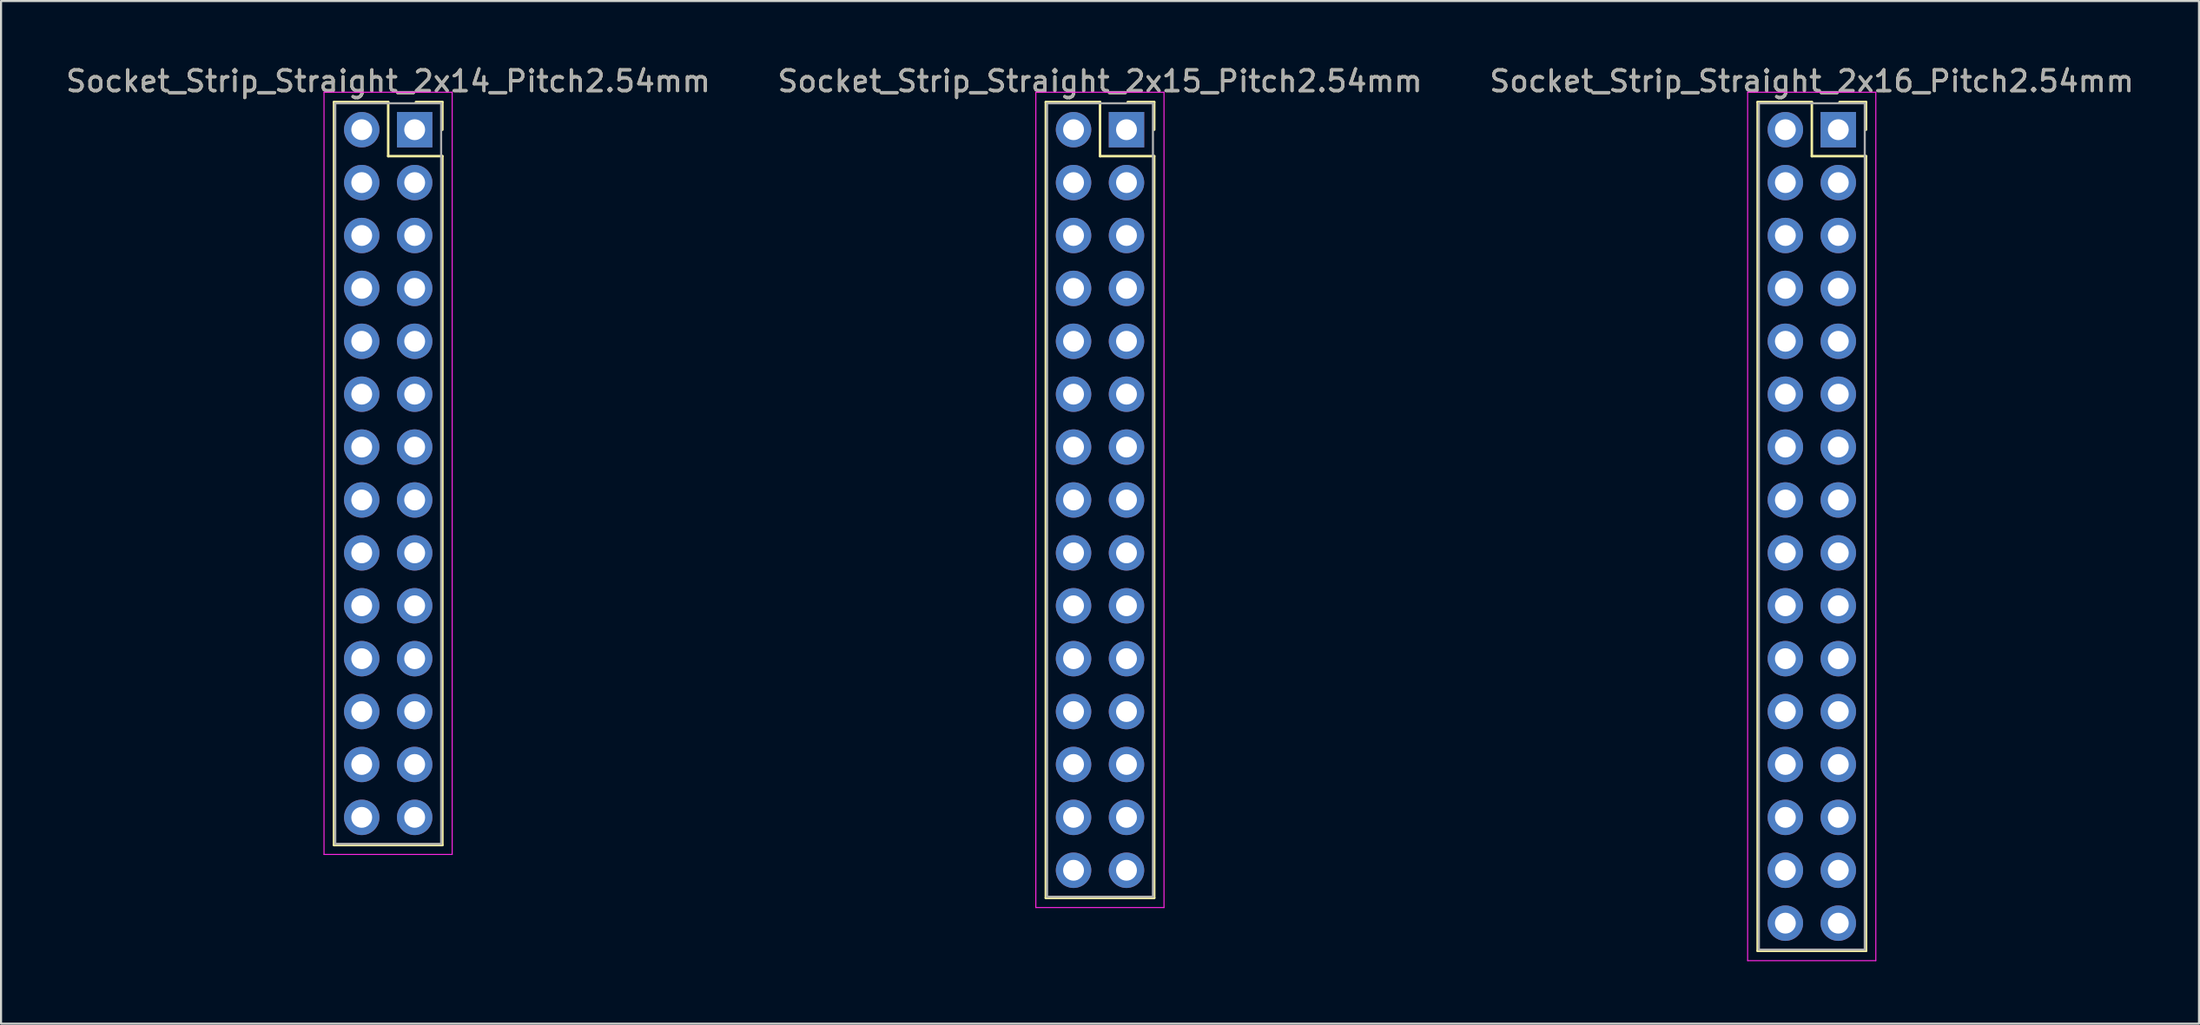
<source format=kicad_pcb>
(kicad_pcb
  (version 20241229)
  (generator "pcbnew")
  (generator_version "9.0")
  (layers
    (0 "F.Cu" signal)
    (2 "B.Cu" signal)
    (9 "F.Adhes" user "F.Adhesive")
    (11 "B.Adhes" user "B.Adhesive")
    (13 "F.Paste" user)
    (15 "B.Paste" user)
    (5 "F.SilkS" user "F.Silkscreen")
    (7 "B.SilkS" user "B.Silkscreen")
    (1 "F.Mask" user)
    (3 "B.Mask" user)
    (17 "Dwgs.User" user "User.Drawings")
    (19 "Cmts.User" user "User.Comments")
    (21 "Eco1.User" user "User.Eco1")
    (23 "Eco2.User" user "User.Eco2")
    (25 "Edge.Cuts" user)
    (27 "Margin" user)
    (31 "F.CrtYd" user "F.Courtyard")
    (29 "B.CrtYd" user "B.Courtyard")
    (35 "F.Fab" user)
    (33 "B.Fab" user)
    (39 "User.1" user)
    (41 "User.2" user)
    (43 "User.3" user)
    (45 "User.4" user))
  (footprint "Socket_Strip_Straight_2x14_Pitch2.54mm"
    (layer "F.Cu")
    (at 16.847 3.178)
    (property "Reference" "Socket_Strip_Straight_2x14_Pitch2.54mm" (at -1.27 -2.33 0) (layer "F.SilkS") (effects (font (size 1 1) (thickness 0.15))))
    (attr through_hole)
    (fp_line (start -3.87 -1.33) (end -1.27 -1.33) (stroke (width 0.12) (type solid)) (layer "F.SilkS"))
    (fp_line (start -3.87 34.35) (end -3.87 -1.33) (stroke (width 0.12) (type solid)) (layer "F.SilkS"))
    (fp_line (start -1.27 -1.33) (end -1.27 1.27) (stroke (width 0.12) (type solid)) (layer "F.SilkS"))
    (fp_line (start -1.27 1.27) (end 1.33 1.27) (stroke (width 0.12) (type solid)) (layer "F.SilkS"))
    (fp_line (start 1.33 -1.33) (end 0.06 -1.33) (stroke (width 0.12) (type solid)) (layer "F.SilkS"))
    (fp_line (start 1.33 0) (end 1.33 -1.33) (stroke (width 0.12) (type solid)) (layer "F.SilkS"))
    (fp_line (start 1.33 1.27) (end 1.33 34.35) (stroke (width 0.12) (type solid)) (layer "F.SilkS"))
    (fp_line (start 1.33 34.35) (end -3.87 34.35) (stroke (width 0.12) (type solid)) (layer "F.SilkS"))
    (fp_line (start -4.35 -1.8) (end -4.35 34.8) (stroke (width 0.05) (type solid)) (layer "F.CrtYd"))
    (fp_line (start -4.35 34.8) (end 1.8 34.8) (stroke (width 0.05) (type solid)) (layer "F.CrtYd"))
    (fp_line (start 1.8 -1.8) (end -4.35 -1.8) (stroke (width 0.05) (type solid)) (layer "F.CrtYd"))
    (fp_line (start 1.8 34.8) (end 1.8 -1.8) (stroke (width 0.05) (type solid)) (layer "F.CrtYd"))
    (fp_line (start -3.81 -1.27) (end -3.81 34.29) (stroke (width 0.1) (type solid)) (layer "F.Fab"))
    (fp_line (start -3.81 34.29) (end 1.27 34.29) (stroke (width 0.1) (type solid)) (layer "F.Fab"))
    (fp_line (start 1.27 -1.27) (end -3.81 -1.27) (stroke (width 0.1) (type solid)) (layer "F.Fab"))
    (fp_line (start 1.27 34.29) (end 1.27 -1.27) (stroke (width 0.1) (type solid)) (layer "F.Fab"))
    (fp_text user "${REFERENCE}" (at -1.27 -2.33 0) (layer "F.Fab") (effects (font (size 1 1) (thickness 0.15))))
    (pad "1" thru_hole rect (at 0 0) (size 1.7 1.7) (drill 1) (layers "*.Cu" "*.Mask"))
    (pad "2" thru_hole oval (at -2.54 0) (size 1.7 1.7) (drill 1) (layers "*.Cu" "*.Mask"))
    (pad "3" thru_hole oval (at 0 2.54) (size 1.7 1.7) (drill 1) (layers "*.Cu" "*.Mask"))
    (pad "4" thru_hole oval (at -2.54 2.54) (size 1.7 1.7) (drill 1) (layers "*.Cu" "*.Mask"))
    (pad "5" thru_hole oval (at 0 5.08) (size 1.7 1.7) (drill 1) (layers "*.Cu" "*.Mask"))
    (pad "6" thru_hole oval (at -2.54 5.08) (size 1.7 1.7) (drill 1) (layers "*.Cu" "*.Mask"))
    (pad "7" thru_hole oval (at 0 7.62) (size 1.7 1.7) (drill 1) (layers "*.Cu" "*.Mask"))
    (pad "8" thru_hole oval (at -2.54 7.62) (size 1.7 1.7) (drill 1) (layers "*.Cu" "*.Mask"))
    (pad "9" thru_hole oval (at 0 10.16) (size 1.7 1.7) (drill 1) (layers "*.Cu" "*.Mask"))
    (pad "10" thru_hole oval (at -2.54 10.16) (size 1.7 1.7) (drill 1) (layers "*.Cu" "*.Mask"))
    (pad "11" thru_hole oval (at 0 12.7) (size 1.7 1.7) (drill 1) (layers "*.Cu" "*.Mask"))
    (pad "12" thru_hole oval (at -2.54 12.7) (size 1.7 1.7) (drill 1) (layers "*.Cu" "*.Mask"))
    (pad "13" thru_hole oval (at 0 15.24) (size 1.7 1.7) (drill 1) (layers "*.Cu" "*.Mask"))
    (pad "14" thru_hole oval (at -2.54 15.24) (size 1.7 1.7) (drill 1) (layers "*.Cu" "*.Mask"))
    (pad "15" thru_hole oval (at 0 17.78) (size 1.7 1.7) (drill 1) (layers "*.Cu" "*.Mask"))
    (pad "16" thru_hole oval (at -2.54 17.78) (size 1.7 1.7) (drill 1) (layers "*.Cu" "*.Mask"))
    (pad "17" thru_hole oval (at 0 20.32) (size 1.7 1.7) (drill 1) (layers "*.Cu" "*.Mask"))
    (pad "18" thru_hole oval (at -2.54 20.32) (size 1.7 1.7) (drill 1) (layers "*.Cu" "*.Mask"))
    (pad "19" thru_hole oval (at 0 22.86) (size 1.7 1.7) (drill 1) (layers "*.Cu" "*.Mask"))
    (pad "20" thru_hole oval (at -2.54 22.86) (size 1.7 1.7) (drill 1) (layers "*.Cu" "*.Mask"))
    (pad "21" thru_hole oval (at 0 25.4) (size 1.7 1.7) (drill 1) (layers "*.Cu" "*.Mask"))
    (pad "22" thru_hole oval (at -2.54 25.4) (size 1.7 1.7) (drill 1) (layers "*.Cu" "*.Mask"))
    (pad "23" thru_hole oval (at 0 27.94) (size 1.7 1.7) (drill 1) (layers "*.Cu" "*.Mask"))
    (pad "24" thru_hole oval (at -2.54 27.94) (size 1.7 1.7) (drill 1) (layers "*.Cu" "*.Mask"))
    (pad "25" thru_hole oval (at 0 30.48) (size 1.7 1.7) (drill 1) (layers "*.Cu" "*.Mask"))
    (pad "26" thru_hole oval (at -2.54 30.48) (size 1.7 1.7) (drill 1) (layers "*.Cu" "*.Mask"))
    (pad "27" thru_hole oval (at 0 33.02) (size 1.7 1.7) (drill 1) (layers "*.Cu" "*.Mask"))
    (pad "28" thru_hole oval (at -2.54 33.02) (size 1.7 1.7) (drill 1) (layers "*.Cu" "*.Mask")))
  (footprint "Socket_Strip_Straight_2x16_Pitch2.54mm"
    (layer "F.Cu")
    (at 85.157 3.178)
    (property "Reference" "Socket_Strip_Straight_2x16_Pitch2.54mm" (at -1.27 -2.33 0) (layer "F.SilkS") (effects (font (size 1 1) (thickness 0.15))))
    (attr through_hole)
    (fp_line (start -3.87 -1.33) (end -1.27 -1.33) (stroke (width 0.12) (type solid)) (layer "F.SilkS"))
    (fp_line (start -3.87 39.43) (end -3.87 -1.33) (stroke (width 0.12) (type solid)) (layer "F.SilkS"))
    (fp_line (start -1.27 -1.33) (end -1.27 1.27) (stroke (width 0.12) (type solid)) (layer "F.SilkS"))
    (fp_line (start -1.27 1.27) (end 1.33 1.27) (stroke (width 0.12) (type solid)) (layer "F.SilkS"))
    (fp_line (start 1.33 -1.33) (end 0.06 -1.33) (stroke (width 0.12) (type solid)) (layer "F.SilkS"))
    (fp_line (start 1.33 0) (end 1.33 -1.33) (stroke (width 0.12) (type solid)) (layer "F.SilkS"))
    (fp_line (start 1.33 1.27) (end 1.33 39.43) (stroke (width 0.12) (type solid)) (layer "F.SilkS"))
    (fp_line (start 1.33 39.43) (end -3.87 39.43) (stroke (width 0.12) (type solid)) (layer "F.SilkS"))
    (fp_line (start -4.35 -1.8) (end -4.35 39.9) (stroke (width 0.05) (type solid)) (layer "F.CrtYd"))
    (fp_line (start -4.35 39.9) (end 1.8 39.9) (stroke (width 0.05) (type solid)) (layer "F.CrtYd"))
    (fp_line (start 1.8 -1.8) (end -4.35 -1.8) (stroke (width 0.05) (type solid)) (layer "F.CrtYd"))
    (fp_line (start 1.8 39.9) (end 1.8 -1.8) (stroke (width 0.05) (type solid)) (layer "F.CrtYd"))
    (fp_line (start -3.81 -1.27) (end -3.81 39.37) (stroke (width 0.1) (type solid)) (layer "F.Fab"))
    (fp_line (start -3.81 39.37) (end 1.27 39.37) (stroke (width 0.1) (type solid)) (layer "F.Fab"))
    (fp_line (start 1.27 -1.27) (end -3.81 -1.27) (stroke (width 0.1) (type solid)) (layer "F.Fab"))
    (fp_line (start 1.27 39.37) (end 1.27 -1.27) (stroke (width 0.1) (type solid)) (layer "F.Fab"))
    (fp_text user "${REFERENCE}" (at -1.27 -2.33 0) (layer "F.Fab") (effects (font (size 1 1) (thickness 0.15))))
    (pad "1" thru_hole rect (at 0 0) (size 1.7 1.7) (drill 1) (layers "*.Cu" "*.Mask"))
    (pad "2" thru_hole oval (at -2.54 0) (size 1.7 1.7) (drill 1) (layers "*.Cu" "*.Mask"))
    (pad "3" thru_hole oval (at 0 2.54) (size 1.7 1.7) (drill 1) (layers "*.Cu" "*.Mask"))
    (pad "4" thru_hole oval (at -2.54 2.54) (size 1.7 1.7) (drill 1) (layers "*.Cu" "*.Mask"))
    (pad "5" thru_hole oval (at 0 5.08) (size 1.7 1.7) (drill 1) (layers "*.Cu" "*.Mask"))
    (pad "6" thru_hole oval (at -2.54 5.08) (size 1.7 1.7) (drill 1) (layers "*.Cu" "*.Mask"))
    (pad "7" thru_hole oval (at 0 7.62) (size 1.7 1.7) (drill 1) (layers "*.Cu" "*.Mask"))
    (pad "8" thru_hole oval (at -2.54 7.62) (size 1.7 1.7) (drill 1) (layers "*.Cu" "*.Mask"))
    (pad "9" thru_hole oval (at 0 10.16) (size 1.7 1.7) (drill 1) (layers "*.Cu" "*.Mask"))
    (pad "10" thru_hole oval (at -2.54 10.16) (size 1.7 1.7) (drill 1) (layers "*.Cu" "*.Mask"))
    (pad "11" thru_hole oval (at 0 12.7) (size 1.7 1.7) (drill 1) (layers "*.Cu" "*.Mask"))
    (pad "12" thru_hole oval (at -2.54 12.7) (size 1.7 1.7) (drill 1) (layers "*.Cu" "*.Mask"))
    (pad "13" thru_hole oval (at 0 15.24) (size 1.7 1.7) (drill 1) (layers "*.Cu" "*.Mask"))
    (pad "14" thru_hole oval (at -2.54 15.24) (size 1.7 1.7) (drill 1) (layers "*.Cu" "*.Mask"))
    (pad "15" thru_hole oval (at 0 17.78) (size 1.7 1.7) (drill 1) (layers "*.Cu" "*.Mask"))
    (pad "16" thru_hole oval (at -2.54 17.78) (size 1.7 1.7) (drill 1) (layers "*.Cu" "*.Mask"))
    (pad "17" thru_hole oval (at 0 20.32) (size 1.7 1.7) (drill 1) (layers "*.Cu" "*.Mask"))
    (pad "18" thru_hole oval (at -2.54 20.32) (size 1.7 1.7) (drill 1) (layers "*.Cu" "*.Mask"))
    (pad "19" thru_hole oval (at 0 22.86) (size 1.7 1.7) (drill 1) (layers "*.Cu" "*.Mask"))
    (pad "20" thru_hole oval (at -2.54 22.86) (size 1.7 1.7) (drill 1) (layers "*.Cu" "*.Mask"))
    (pad "21" thru_hole oval (at 0 25.4) (size 1.7 1.7) (drill 1) (layers "*.Cu" "*.Mask"))
    (pad "22" thru_hole oval (at -2.54 25.4) (size 1.7 1.7) (drill 1) (layers "*.Cu" "*.Mask"))
    (pad "23" thru_hole oval (at 0 27.94) (size 1.7 1.7) (drill 1) (layers "*.Cu" "*.Mask"))
    (pad "24" thru_hole oval (at -2.54 27.94) (size 1.7 1.7) (drill 1) (layers "*.Cu" "*.Mask"))
    (pad "25" thru_hole oval (at 0 30.48) (size 1.7 1.7) (drill 1) (layers "*.Cu" "*.Mask"))
    (pad "26" thru_hole oval (at -2.54 30.48) (size 1.7 1.7) (drill 1) (layers "*.Cu" "*.Mask"))
    (pad "27" thru_hole oval (at 0 33.02) (size 1.7 1.7) (drill 1) (layers "*.Cu" "*.Mask"))
    (pad "28" thru_hole oval (at -2.54 33.02) (size 1.7 1.7) (drill 1) (layers "*.Cu" "*.Mask"))
    (pad "29" thru_hole oval (at 0 35.56) (size 1.7 1.7) (drill 1) (layers "*.Cu" "*.Mask"))
    (pad "30" thru_hole oval (at -2.54 35.56) (size 1.7 1.7) (drill 1) (layers "*.Cu" "*.Mask"))
    (pad "31" thru_hole oval (at 0 38.1) (size 1.7 1.7) (drill 1) (layers "*.Cu" "*.Mask"))
    (pad "32" thru_hole oval (at -2.54 38.1) (size 1.7 1.7) (drill 1) (layers "*.Cu" "*.Mask")))
  (footprint "Socket_Strip_Straight_2x15_Pitch2.54mm"
    (layer "F.Cu")
    (at 51.002 3.178)
    (property "Reference" "Socket_Strip_Straight_2x15_Pitch2.54mm" (at -1.27 -2.33 0) (layer "F.SilkS") (effects (font (size 1 1) (thickness 0.15))))
    (attr through_hole)
    (fp_line (start -3.87 -1.33) (end -1.27 -1.33) (stroke (width 0.12) (type solid)) (layer "F.SilkS"))
    (fp_line (start -3.87 36.89) (end -3.87 -1.33) (stroke (width 0.12) (type solid)) (layer "F.SilkS"))
    (fp_line (start -1.27 -1.33) (end -1.27 1.27) (stroke (width 0.12) (type solid)) (layer "F.SilkS"))
    (fp_line (start -1.27 1.27) (end 1.33 1.27) (stroke (width 0.12) (type solid)) (layer "F.SilkS"))
    (fp_line (start 1.33 -1.33) (end 0.06 -1.33) (stroke (width 0.12) (type solid)) (layer "F.SilkS"))
    (fp_line (start 1.33 0) (end 1.33 -1.33) (stroke (width 0.12) (type solid)) (layer "F.SilkS"))
    (fp_line (start 1.33 1.27) (end 1.33 36.89) (stroke (width 0.12) (type solid)) (layer "F.SilkS"))
    (fp_line (start 1.33 36.89) (end -3.87 36.89) (stroke (width 0.12) (type solid)) (layer "F.SilkS"))
    (fp_line (start -4.35 -1.8) (end -4.35 37.35) (stroke (width 0.05) (type solid)) (layer "F.CrtYd"))
    (fp_line (start -4.35 37.35) (end 1.8 37.35) (stroke (width 0.05) (type solid)) (layer "F.CrtYd"))
    (fp_line (start 1.8 -1.8) (end -4.35 -1.8) (stroke (width 0.05) (type solid)) (layer "F.CrtYd"))
    (fp_line (start 1.8 37.35) (end 1.8 -1.8) (stroke (width 0.05) (type solid)) (layer "F.CrtYd"))
    (fp_line (start -3.81 -1.27) (end -3.81 36.83) (stroke (width 0.1) (type solid)) (layer "F.Fab"))
    (fp_line (start -3.81 36.83) (end 1.27 36.83) (stroke (width 0.1) (type solid)) (layer "F.Fab"))
    (fp_line (start 1.27 -1.27) (end -3.81 -1.27) (stroke (width 0.1) (type solid)) (layer "F.Fab"))
    (fp_line (start 1.27 36.83) (end 1.27 -1.27) (stroke (width 0.1) (type solid)) (layer "F.Fab"))
    (fp_text user "${REFERENCE}" (at -1.27 -2.33 0) (layer "F.Fab") (effects (font (size 1 1) (thickness 0.15))))
    (pad "1" thru_hole rect (at 0 0) (size 1.7 1.7) (drill 1) (layers "*.Cu" "*.Mask"))
    (pad "2" thru_hole oval (at -2.54 0) (size 1.7 1.7) (drill 1) (layers "*.Cu" "*.Mask"))
    (pad "3" thru_hole oval (at 0 2.54) (size 1.7 1.7) (drill 1) (layers "*.Cu" "*.Mask"))
    (pad "4" thru_hole oval (at -2.54 2.54) (size 1.7 1.7) (drill 1) (layers "*.Cu" "*.Mask"))
    (pad "5" thru_hole oval (at 0 5.08) (size 1.7 1.7) (drill 1) (layers "*.Cu" "*.Mask"))
    (pad "6" thru_hole oval (at -2.54 5.08) (size 1.7 1.7) (drill 1) (layers "*.Cu" "*.Mask"))
    (pad "7" thru_hole oval (at 0 7.62) (size 1.7 1.7) (drill 1) (layers "*.Cu" "*.Mask"))
    (pad "8" thru_hole oval (at -2.54 7.62) (size 1.7 1.7) (drill 1) (layers "*.Cu" "*.Mask"))
    (pad "9" thru_hole oval (at 0 10.16) (size 1.7 1.7) (drill 1) (layers "*.Cu" "*.Mask"))
    (pad "10" thru_hole oval (at -2.54 10.16) (size 1.7 1.7) (drill 1) (layers "*.Cu" "*.Mask"))
    (pad "11" thru_hole oval (at 0 12.7) (size 1.7 1.7) (drill 1) (layers "*.Cu" "*.Mask"))
    (pad "12" thru_hole oval (at -2.54 12.7) (size 1.7 1.7) (drill 1) (layers "*.Cu" "*.Mask"))
    (pad "13" thru_hole oval (at 0 15.24) (size 1.7 1.7) (drill 1) (layers "*.Cu" "*.Mask"))
    (pad "14" thru_hole oval (at -2.54 15.24) (size 1.7 1.7) (drill 1) (layers "*.Cu" "*.Mask"))
    (pad "15" thru_hole oval (at 0 17.78) (size 1.7 1.7) (drill 1) (layers "*.Cu" "*.Mask"))
    (pad "16" thru_hole oval (at -2.54 17.78) (size 1.7 1.7) (drill 1) (layers "*.Cu" "*.Mask"))
    (pad "17" thru_hole oval (at 0 20.32) (size 1.7 1.7) (drill 1) (layers "*.Cu" "*.Mask"))
    (pad "18" thru_hole oval (at -2.54 20.32) (size 1.7 1.7) (drill 1) (layers "*.Cu" "*.Mask"))
    (pad "19" thru_hole oval (at 0 22.86) (size 1.7 1.7) (drill 1) (layers "*.Cu" "*.Mask"))
    (pad "20" thru_hole oval (at -2.54 22.86) (size 1.7 1.7) (drill 1) (layers "*.Cu" "*.Mask"))
    (pad "21" thru_hole oval (at 0 25.4) (size 1.7 1.7) (drill 1) (layers "*.Cu" "*.Mask"))
    (pad "22" thru_hole oval (at -2.54 25.4) (size 1.7 1.7) (drill 1) (layers "*.Cu" "*.Mask"))
    (pad "23" thru_hole oval (at 0 27.94) (size 1.7 1.7) (drill 1) (layers "*.Cu" "*.Mask"))
    (pad "24" thru_hole oval (at -2.54 27.94) (size 1.7 1.7) (drill 1) (layers "*.Cu" "*.Mask"))
    (pad "25" thru_hole oval (at 0 30.48) (size 1.7 1.7) (drill 1) (layers "*.Cu" "*.Mask"))
    (pad "26" thru_hole oval (at -2.54 30.48) (size 1.7 1.7) (drill 1) (layers "*.Cu" "*.Mask"))
    (pad "27" thru_hole oval (at 0 33.02) (size 1.7 1.7) (drill 1) (layers "*.Cu" "*.Mask"))
    (pad "28" thru_hole oval (at -2.54 33.02) (size 1.7 1.7) (drill 1) (layers "*.Cu" "*.Mask"))
    (pad "29" thru_hole oval (at 0 35.56) (size 1.7 1.7) (drill 1) (layers "*.Cu" "*.Mask"))
    (pad "30" thru_hole oval (at -2.54 35.56) (size 1.7 1.7) (drill 1) (layers "*.Cu" "*.Mask")))
  (gr_rect
    (start -3 -3)
    (end 102.464 46.103)
    (stroke (width 0.1) (type default))
    (fill no)
    (layer "Edge.Cuts")))
</source>
